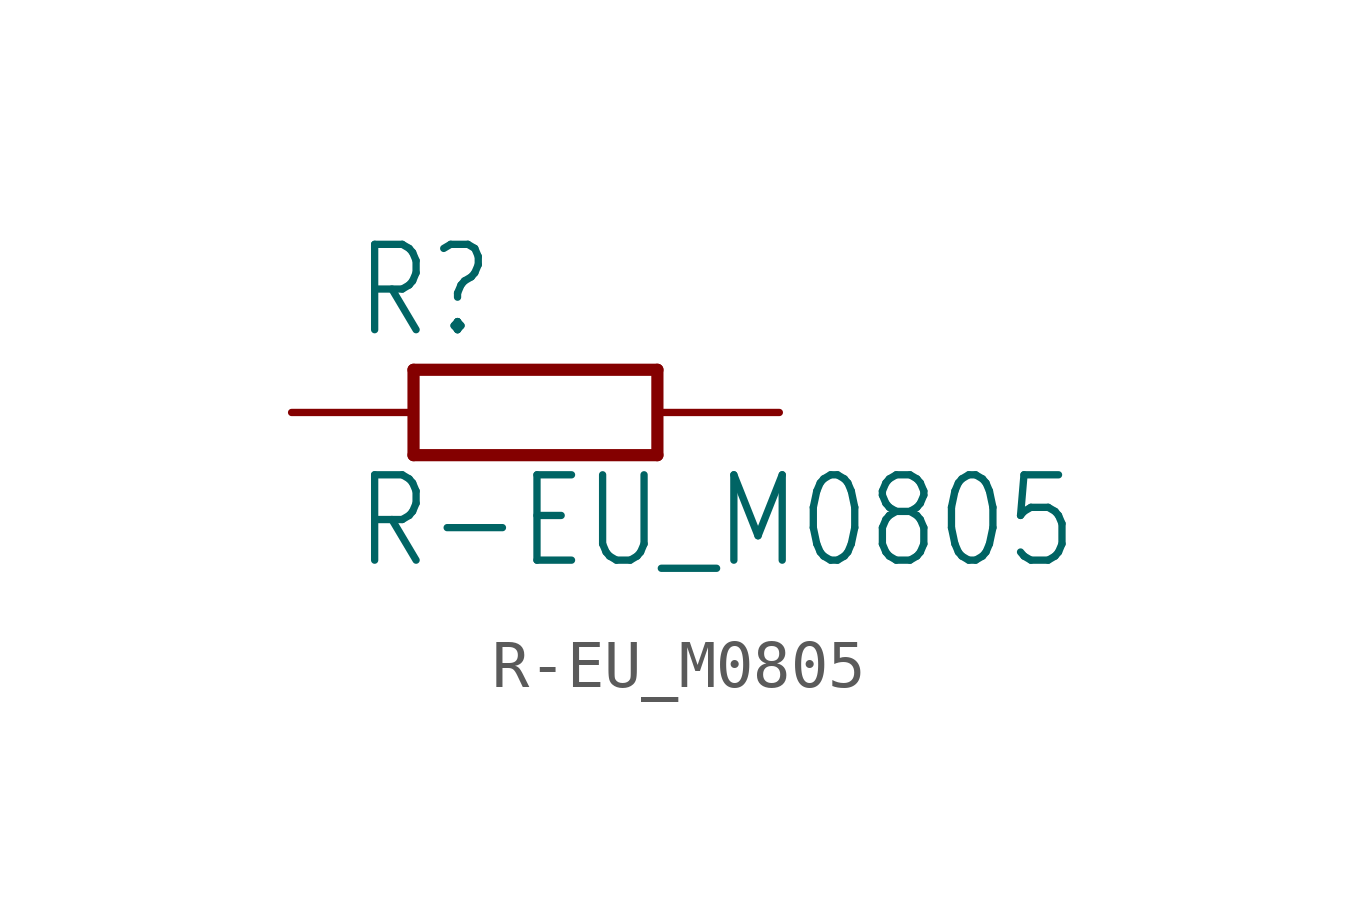
<source format=kicad_sym>
(kicad_symbol_lib
  (version 20220331)
  (generator kicad_symbol_editor)
  (symbol "R-EU_M0805"
    (property "Reference" "R"
      (at -3.81 1.499 0)
      (effects (font (size 1.778 1.511)) (justify left bottom)))
    (property "Value" "R-EU_M0805"
      (at -3.81 -3.302 0)
      (effects (font (size 1.778 1.511)) (justify left bottom)))
    (property "ki_locked" ""
      (at 0 0 0)
      (effects (font (size 1.27 1.27))))
    (symbol "R-EU_M0805_1_0"
      (polyline (pts (xy -2.54 -0.889) (xy -2.54 0.889)) (stroke (width 0.254) (type solid)) (fill (type none)))
      (polyline (pts (xy -2.54 -0.889) (xy 2.54 -0.889)) (stroke (width 0.254) (type solid)) (fill (type none)))
      (polyline (pts (xy 2.54 -0.889) (xy 2.54 0.889)) (stroke (width 0.254) (type solid)) (fill (type none)))
      (polyline (pts (xy 2.54 0.889) (xy -2.54 0.889)) (stroke (width 0.254) (type solid)) (fill (type none)))
      (pin passive line (at -5.08 0 0) (length 2.54) (name "1" (effects (font (size 0 0)))) (number "1" (effects (font (size 0 0)))))
      (pin passive line (at 5.08 0 180) (length 2.54) (name "2" (effects (font (size 0 0)))) (number "2" (effects (font (size 0 0))))))))
</source>
